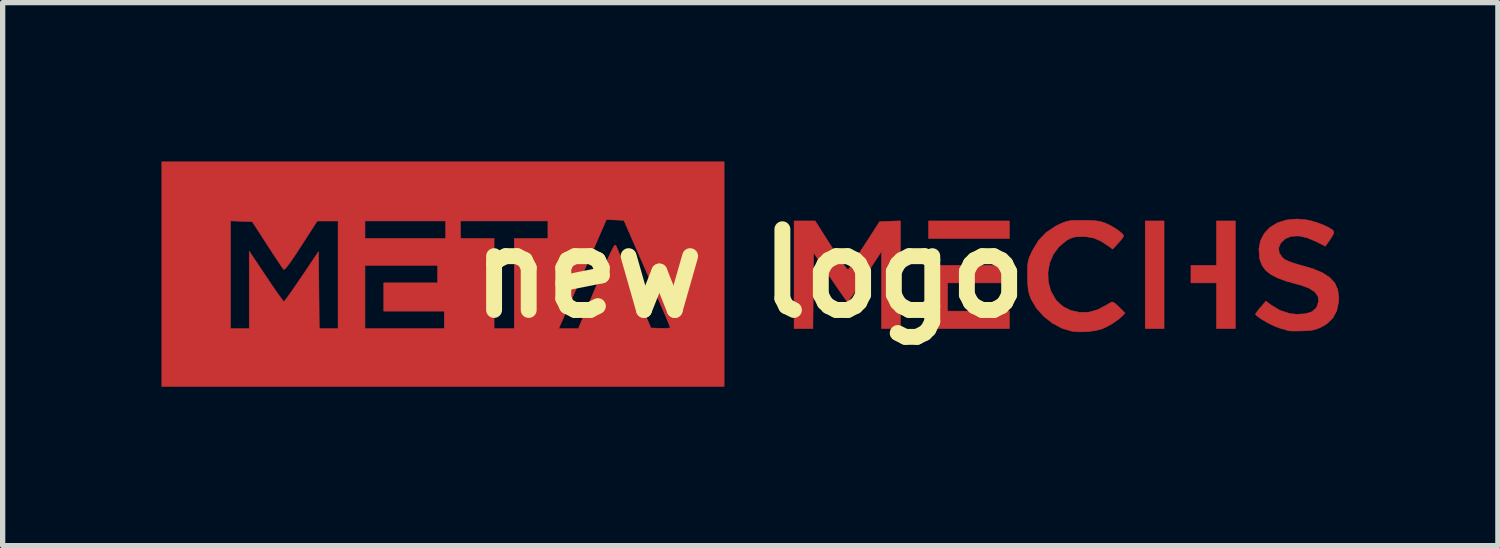
<source format=kicad_pcb>
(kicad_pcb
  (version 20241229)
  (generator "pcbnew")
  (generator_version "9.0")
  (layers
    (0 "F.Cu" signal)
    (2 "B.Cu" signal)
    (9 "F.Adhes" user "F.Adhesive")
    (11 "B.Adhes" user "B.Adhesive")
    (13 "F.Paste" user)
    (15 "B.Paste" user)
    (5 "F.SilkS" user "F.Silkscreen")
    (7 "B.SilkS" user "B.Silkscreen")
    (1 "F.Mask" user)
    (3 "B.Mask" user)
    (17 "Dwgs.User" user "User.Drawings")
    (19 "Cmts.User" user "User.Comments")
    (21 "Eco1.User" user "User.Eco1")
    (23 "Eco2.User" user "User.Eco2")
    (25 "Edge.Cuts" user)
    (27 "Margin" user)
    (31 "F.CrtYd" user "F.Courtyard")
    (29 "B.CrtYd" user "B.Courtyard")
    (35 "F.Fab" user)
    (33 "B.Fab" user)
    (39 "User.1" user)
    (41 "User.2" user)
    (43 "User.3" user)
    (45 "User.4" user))
  (footprint "new logo"
    (layer "F.Cu")
    (at 11.105 2.113)
    (property "Reference" "new logo" (at 0 0 0) (layer "F.SilkS") (effects (font (size 1.524 1.524) (thickness 0.3))))
    (attr through_hole)
    (fp_poly (pts (xy 4.902 -0.66) (xy 3.378 -0.66) (xy 3.378 -0.991) (xy 4.902 -0.991) (xy 4.902 -0.66)) (stroke (width 0.01) (type solid)) (fill yes) (layer "F.Cu"))
    (fp_poly (pts (xy 7.823 1.041) (xy 7.468 1.041) (xy 7.468 -0.991) (xy 7.823 -0.991) (xy 7.823 1.041)) (stroke (width 0.01) (type solid)) (fill yes) (layer "F.Cu"))
    (fp_poly (pts (xy 4.75 0.178) (xy 3.734 0.178) (xy 3.734 0.711) (xy 4.902 0.711) (xy 4.902 1.041) (xy 3.378 1.041) (xy 3.378 -0.152) (xy 4.75 -0.152) (xy 4.75 0.178)) (stroke (width 0.01) (type solid)) (fill yes) (layer "F.Cu"))
    (fp_poly (pts (xy 9.169 1.041) (xy 8.814 1.041) (xy 8.814 0.178) (xy 8.331 0.178) (xy 8.331 -0.152) (xy 8.814 -0.152) (xy 8.814 -0.991) (xy 9.169 -0.991) (xy 9.169 1.041)) (stroke (width 0.01) (type solid)) (fill yes) (layer "F.Cu"))
    (fp_poly (pts (xy 2.845 1.041) (xy 2.489 1.041) (xy 2.489 0.311) (xy 2.489 -0.419) (xy 2.178 0.057) (xy 2.087 0.194) (xy 2.005 0.316) (xy 1.936 0.417) (xy 1.885 0.489) (xy 1.854 0.528) (xy 1.848 0.533) (xy 1.829 0.513) (xy 1.786 0.457) (xy 1.724 0.37) (xy 1.647 0.259) (xy 1.559 0.13) (xy 1.518 0.07) (xy 1.206 -0.394) (xy 1.193 1.041) (xy 0.838 1.041) (xy 0.838 -0.991) (xy 1.236 -0.991) (xy 1.536 -0.519) (xy 1.63 -0.374) (xy 1.712 -0.252) (xy 1.78 -0.157) (xy 1.829 -0.095) (xy 1.855 -0.07) (xy 1.859 -0.07) (xy 1.879 -0.098) (xy 1.922 -0.161) (xy 1.983 -0.254) (xy 2.059 -0.369) (xy 2.144 -0.5) (xy 2.167 -0.535) (xy 2.453 -0.978) (xy 2.649 -0.985) (xy 2.845 -0.993) (xy 2.845 1.041)) (stroke (width 0.01) (type solid)) (fill yes) (layer "F.Cu"))
    (fp_poly (pts (xy 6.299 -1.002) (xy 6.438 -1) (xy 6.541 -0.993) (xy 6.62 -0.98) (xy 6.692 -0.958) (xy 6.729 -0.943) (xy 6.819 -0.9) (xy 6.908 -0.847) (xy 6.986 -0.792) (xy 7.041 -0.743) (xy 7.061 -0.708) (xy 7.045 -0.678) (xy 7.004 -0.625) (xy 6.957 -0.572) (xy 6.853 -0.459) (xy 6.773 -0.518) (xy 6.63 -0.612) (xy 6.496 -0.669) (xy 6.354 -0.694) (xy 6.283 -0.696) (xy 6.179 -0.694) (xy 6.103 -0.681) (xy 6.036 -0.654) (xy 5.98 -0.622) (xy 5.839 -0.506) (xy 5.732 -0.361) (xy 5.662 -0.196) (xy 5.631 -0.019) (xy 5.638 0.161) (xy 5.686 0.335) (xy 5.777 0.494) (xy 5.796 0.518) (xy 5.916 0.626) (xy 6.064 0.699) (xy 6.229 0.735) (xy 6.398 0.732) (xy 6.562 0.687) (xy 6.607 0.666) (xy 6.691 0.621) (xy 6.765 0.58) (xy 6.8 0.559) (xy 6.834 0.541) (xy 6.864 0.543) (xy 6.904 0.571) (xy 6.966 0.629) (xy 6.972 0.634) (xy 7.086 0.747) (xy 7.031 0.806) (xy 6.95 0.876) (xy 6.842 0.949) (xy 6.726 1.013) (xy 6.641 1.05) (xy 6.518 1.08) (xy 6.368 1.099) (xy 6.215 1.103) (xy 6.086 1.091) (xy 5.898 1.036) (xy 5.716 0.939) (xy 5.551 0.809) (xy 5.414 0.656) (xy 5.315 0.488) (xy 5.305 0.464) (xy 5.277 0.386) (xy 5.259 0.308) (xy 5.25 0.215) (xy 5.246 0.092) (xy 5.246 0.037) (xy 5.246 -0.088) (xy 5.25 -0.177) (xy 5.261 -0.246) (xy 5.282 -0.31) (xy 5.315 -0.385) (xy 5.34 -0.436) (xy 5.453 -0.621) (xy 5.592 -0.769) (xy 5.767 -0.887) (xy 5.837 -0.923) (xy 5.914 -0.958) (xy 5.978 -0.981) (xy 6.043 -0.994) (xy 6.124 -1.001) (xy 6.235 -1.002) (xy 6.299 -1.002)) (stroke (width 0.01) (type solid)) (fill yes) (layer "F.Cu"))
    (fp_poly (pts (xy 10.487 -1.016) (xy 10.6 -0.993) (xy 10.722 -0.956) (xy 10.84 -0.911) (xy 10.94 -0.862) (xy 11.008 -0.817) (xy 11.02 -0.805) (xy 11.029 -0.774) (xy 11.012 -0.726) (xy 10.964 -0.651) (xy 10.958 -0.642) (xy 10.868 -0.514) (xy 10.691 -0.605) (xy 10.519 -0.677) (xy 10.361 -0.709) (xy 10.222 -0.702) (xy 10.11 -0.655) (xy 10.025 -0.575) (xy 9.987 -0.484) (xy 9.996 -0.392) (xy 10.052 -0.306) (xy 10.102 -0.264) (xy 10.164 -0.233) (xy 10.259 -0.198) (xy 10.37 -0.164) (xy 10.412 -0.153) (xy 10.639 -0.086) (xy 10.819 -0.01) (xy 10.954 0.079) (xy 11.048 0.184) (xy 11.103 0.308) (xy 11.122 0.452) (xy 11.118 0.539) (xy 11.082 0.708) (xy 11.007 0.845) (xy 10.891 0.954) (xy 10.811 1.002) (xy 10.729 1.04) (xy 10.654 1.064) (xy 10.569 1.077) (xy 10.454 1.083) (xy 10.431 1.084) (xy 10.325 1.086) (xy 10.239 1.086) (xy 10.184 1.083) (xy 10.173 1.081) (xy 10.136 1.069) (xy 10.067 1.048) (xy 10.006 1.031) (xy 9.932 1.004) (xy 9.842 0.963) (xy 9.748 0.913) (xy 9.661 0.861) (xy 9.593 0.814) (xy 9.555 0.779) (xy 9.55 0.769) (xy 9.566 0.741) (xy 9.606 0.687) (xy 9.649 0.636) (xy 9.747 0.522) (xy 9.839 0.593) (xy 10.015 0.699) (xy 10.199 0.758) (xy 10.335 0.771) (xy 10.495 0.761) (xy 10.613 0.724) (xy 10.691 0.659) (xy 10.707 0.633) (xy 10.742 0.524) (xy 10.728 0.428) (xy 10.665 0.344) (xy 10.553 0.274) (xy 10.392 0.217) (xy 10.358 0.208) (xy 10.141 0.148) (xy 9.97 0.086) (xy 9.839 0.019) (xy 9.743 -0.058) (xy 9.677 -0.146) (xy 9.636 -0.251) (xy 9.628 -0.286) (xy 9.614 -0.461) (xy 9.644 -0.619) (xy 9.716 -0.757) (xy 9.823 -0.87) (xy 9.963 -0.955) (xy 10.132 -1.009) (xy 10.324 -1.028) (xy 10.487 -1.016)) (stroke (width 0.01) (type solid)) (fill yes) (layer "F.Cu"))
    (fp_poly (pts (xy -0.483 2.134) (xy -11.1 2.134) (xy -11.1 1.041) (xy -9.804 1.041) (xy -9.449 1.041) (xy -9.449 -0.419) (xy -9.131 0.057) (xy -9.039 0.194) (xy -8.956 0.316) (xy -8.885 0.416) (xy -8.832 0.488) (xy -8.801 0.527) (xy -8.795 0.532) (xy -8.776 0.512) (xy -8.733 0.455) (xy -8.67 0.368) (xy -8.593 0.257) (xy -8.504 0.127) (xy -8.458 0.06) (xy -8.141 -0.412) (xy -8.134 0.315) (xy -8.127 1.041) (xy -7.772 1.041) (xy -7.772 -0.152) (xy -7.264 -0.152) (xy -7.264 1.041) (xy -5.766 1.041) (xy -5.766 0.711) (xy -6.909 0.711) (xy -6.909 0.178) (xy -5.893 0.178) (xy -5.893 -0.152) (xy -7.264 -0.152) (xy -7.772 -0.152) (xy -7.772 -0.991) (xy -7.264 -0.991) (xy -7.264 -0.66) (xy -5.74 -0.66) (xy -5.74 -0.991) (xy -5.461 -0.991) (xy -5.461 -0.66) (xy -4.826 -0.66) (xy -4.826 1.041) (xy -4.445 1.041) (xy -3.606 1.041) (xy -3.235 1.041) (xy -2.894 0.23) (xy -2.801 0.011) (xy -2.726 -0.165) (xy -2.667 -0.301) (xy -2.621 -0.402) (xy -2.586 -0.472) (xy -2.561 -0.515) (xy -2.543 -0.534) (xy -2.532 -0.534) (xy -2.527 -0.528) (xy -2.511 -0.492) (xy -2.478 -0.415) (xy -2.431 -0.303) (xy -2.371 -0.163) (xy -2.302 -0.001) (xy -2.226 0.178) (xy -2.184 0.278) (xy -1.866 1.029) (xy -1.683 1.036) (xy -1.593 1.037) (xy -1.528 1.032) (xy -1.499 1.023) (xy -1.499 1.022) (xy -1.508 0.995) (xy -1.537 0.926) (xy -1.581 0.82) (xy -1.64 0.683) (xy -1.711 0.519) (xy -1.792 0.332) (xy -1.88 0.129) (xy -1.937 -0.002) (xy -2.376 -1.003) (xy -2.541 -1.011) (xy -2.705 -1.018) (xy -3.091 -0.134) (xy -3.181 0.071) (xy -3.266 0.267) (xy -3.345 0.448) (xy -3.415 0.607) (xy -3.473 0.739) (xy -3.516 0.837) (xy -3.541 0.894) (xy -3.542 0.895) (xy -3.606 1.041) (xy -4.445 1.041) (xy -4.445 -0.66) (xy -3.81 -0.66) (xy -3.81 -0.991) (xy -5.461 -0.991) (xy -5.74 -0.991) (xy -7.264 -0.991) (xy -7.772 -0.991) (xy -8.166 -0.99) (xy -8.469 -0.52) (xy -8.579 -0.351) (xy -8.666 -0.224) (xy -8.73 -0.137) (xy -8.773 -0.088) (xy -8.796 -0.075) (xy -8.799 -0.077) (xy -8.82 -0.105) (xy -8.865 -0.17) (xy -8.927 -0.263) (xy -9.004 -0.379) (xy -9.089 -0.51) (xy -9.109 -0.541) (xy -9.392 -0.978) (xy -9.598 -0.985) (xy -9.804 -0.993) (xy -9.804 1.041) (xy -11.1 1.041) (xy -11.1 -2.108) (xy -0.483 -2.108) (xy -0.483 2.134)) (stroke (width 0.01) (type solid)) (fill yes) (layer "F.Cu"))
    (fp_poly (pts (xy 4.902 -0.66) (xy 3.378 -0.66) (xy 3.378 -0.991) (xy 4.902 -0.991) (xy 4.902 -0.66)) (stroke (width 0.01) (type solid)) (fill yes) (layer "F.Mask"))
    (fp_poly (pts (xy 7.823 1.041) (xy 7.468 1.041) (xy 7.468 -0.991) (xy 7.823 -0.991) (xy 7.823 1.041)) (stroke (width 0.01) (type solid)) (fill yes) (layer "F.Mask"))
    (fp_poly (pts (xy 4.75 0.178) (xy 3.734 0.178) (xy 3.734 0.711) (xy 4.902 0.711) (xy 4.902 1.041) (xy 3.378 1.041) (xy 3.378 -0.152) (xy 4.75 -0.152) (xy 4.75 0.178)) (stroke (width 0.01) (type solid)) (fill yes) (layer "F.Mask"))
    (fp_poly (pts (xy 9.169 1.041) (xy 8.814 1.041) (xy 8.814 0.178) (xy 8.331 0.178) (xy 8.331 -0.152) (xy 8.814 -0.152) (xy 8.814 -0.991) (xy 9.169 -0.991) (xy 9.169 1.041)) (stroke (width 0.01) (type solid)) (fill yes) (layer "F.Mask"))
    (fp_poly (pts (xy 2.845 1.041) (xy 2.489 1.041) (xy 2.489 0.311) (xy 2.489 -0.419) (xy 2.178 0.057) (xy 2.087 0.194) (xy 2.005 0.316) (xy 1.936 0.417) (xy 1.885 0.489) (xy 1.854 0.528) (xy 1.848 0.533) (xy 1.829 0.513) (xy 1.786 0.457) (xy 1.724 0.37) (xy 1.647 0.259) (xy 1.559 0.13) (xy 1.518 0.07) (xy 1.206 -0.394) (xy 1.193 1.041) (xy 0.838 1.041) (xy 0.838 -0.991) (xy 1.236 -0.991) (xy 1.536 -0.519) (xy 1.63 -0.374) (xy 1.712 -0.252) (xy 1.78 -0.157) (xy 1.829 -0.095) (xy 1.855 -0.07) (xy 1.859 -0.07) (xy 1.879 -0.098) (xy 1.922 -0.161) (xy 1.983 -0.254) (xy 2.059 -0.369) (xy 2.144 -0.5) (xy 2.167 -0.535) (xy 2.453 -0.978) (xy 2.649 -0.985) (xy 2.845 -0.993) (xy 2.845 1.041)) (stroke (width 0.01) (type solid)) (fill yes) (layer "F.Mask"))
    (fp_poly (pts (xy 6.299 -1.002) (xy 6.438 -1) (xy 6.541 -0.993) (xy 6.62 -0.98) (xy 6.692 -0.958) (xy 6.729 -0.943) (xy 6.819 -0.9) (xy 6.908 -0.847) (xy 6.986 -0.792) (xy 7.041 -0.743) (xy 7.061 -0.708) (xy 7.045 -0.678) (xy 7.004 -0.625) (xy 6.957 -0.572) (xy 6.853 -0.459) (xy 6.773 -0.518) (xy 6.63 -0.612) (xy 6.496 -0.669) (xy 6.354 -0.694) (xy 6.283 -0.696) (xy 6.179 -0.694) (xy 6.103 -0.681) (xy 6.036 -0.654) (xy 5.98 -0.622) (xy 5.839 -0.506) (xy 5.732 -0.361) (xy 5.662 -0.196) (xy 5.631 -0.019) (xy 5.638 0.161) (xy 5.686 0.335) (xy 5.777 0.494) (xy 5.796 0.518) (xy 5.916 0.626) (xy 6.064 0.699) (xy 6.229 0.735) (xy 6.398 0.732) (xy 6.562 0.687) (xy 6.607 0.666) (xy 6.691 0.621) (xy 6.765 0.58) (xy 6.8 0.559) (xy 6.834 0.541) (xy 6.864 0.543) (xy 6.904 0.571) (xy 6.966 0.629) (xy 6.972 0.634) (xy 7.086 0.747) (xy 7.031 0.806) (xy 6.95 0.876) (xy 6.842 0.949) (xy 6.726 1.013) (xy 6.641 1.05) (xy 6.518 1.08) (xy 6.368 1.099) (xy 6.215 1.103) (xy 6.086 1.091) (xy 5.898 1.036) (xy 5.716 0.939) (xy 5.551 0.809) (xy 5.414 0.656) (xy 5.315 0.488) (xy 5.305 0.464) (xy 5.277 0.386) (xy 5.259 0.308) (xy 5.25 0.215) (xy 5.246 0.092) (xy 5.246 0.037) (xy 5.246 -0.088) (xy 5.25 -0.177) (xy 5.261 -0.246) (xy 5.282 -0.31) (xy 5.315 -0.385) (xy 5.34 -0.436) (xy 5.453 -0.621) (xy 5.592 -0.769) (xy 5.767 -0.887) (xy 5.837 -0.923) (xy 5.914 -0.958) (xy 5.978 -0.981) (xy 6.043 -0.994) (xy 6.124 -1.001) (xy 6.235 -1.002) (xy 6.299 -1.002)) (stroke (width 0.01) (type solid)) (fill yes) (layer "F.Mask"))
    (fp_poly (pts (xy 10.487 -1.016) (xy 10.6 -0.993) (xy 10.722 -0.956) (xy 10.84 -0.911) (xy 10.94 -0.862) (xy 11.008 -0.817) (xy 11.02 -0.805) (xy 11.029 -0.774) (xy 11.012 -0.726) (xy 10.964 -0.651) (xy 10.958 -0.642) (xy 10.868 -0.514) (xy 10.691 -0.605) (xy 10.519 -0.677) (xy 10.361 -0.709) (xy 10.222 -0.702) (xy 10.11 -0.655) (xy 10.025 -0.575) (xy 9.987 -0.484) (xy 9.996 -0.392) (xy 10.052 -0.306) (xy 10.102 -0.264) (xy 10.164 -0.233) (xy 10.259 -0.198) (xy 10.37 -0.164) (xy 10.412 -0.153) (xy 10.639 -0.086) (xy 10.819 -0.01) (xy 10.954 0.079) (xy 11.048 0.184) (xy 11.103 0.308) (xy 11.122 0.452) (xy 11.118 0.539) (xy 11.082 0.708) (xy 11.007 0.845) (xy 10.891 0.954) (xy 10.811 1.002) (xy 10.729 1.04) (xy 10.654 1.064) (xy 10.569 1.077) (xy 10.454 1.083) (xy 10.431 1.084) (xy 10.325 1.086) (xy 10.239 1.086) (xy 10.184 1.083) (xy 10.173 1.081) (xy 10.136 1.069) (xy 10.067 1.048) (xy 10.006 1.031) (xy 9.932 1.004) (xy 9.842 0.963) (xy 9.748 0.913) (xy 9.661 0.861) (xy 9.593 0.814) (xy 9.555 0.779) (xy 9.55 0.769) (xy 9.566 0.741) (xy 9.606 0.687) (xy 9.649 0.636) (xy 9.747 0.522) (xy 9.839 0.593) (xy 10.015 0.699) (xy 10.199 0.758) (xy 10.335 0.771) (xy 10.495 0.761) (xy 10.613 0.724) (xy 10.691 0.659) (xy 10.707 0.633) (xy 10.742 0.524) (xy 10.728 0.428) (xy 10.665 0.344) (xy 10.553 0.274) (xy 10.392 0.217) (xy 10.358 0.208) (xy 10.141 0.148) (xy 9.97 0.086) (xy 9.839 0.019) (xy 9.743 -0.058) (xy 9.677 -0.146) (xy 9.636 -0.251) (xy 9.628 -0.286) (xy 9.614 -0.461) (xy 9.644 -0.619) (xy 9.716 -0.757) (xy 9.823 -0.87) (xy 9.963 -0.955) (xy 10.132 -1.009) (xy 10.324 -1.028) (xy 10.487 -1.016)) (stroke (width 0.01) (type solid)) (fill yes) (layer "F.Mask"))
    (fp_poly (pts (xy -0.483 2.134) (xy -11.1 2.134) (xy -11.1 1.041) (xy -9.804 1.041) (xy -9.449 1.041) (xy -9.449 -0.419) (xy -9.131 0.057) (xy -9.039 0.194) (xy -8.956 0.316) (xy -8.885 0.416) (xy -8.832 0.488) (xy -8.801 0.527) (xy -8.795 0.532) (xy -8.776 0.512) (xy -8.733 0.455) (xy -8.67 0.368) (xy -8.593 0.257) (xy -8.504 0.127) (xy -8.458 0.06) (xy -8.141 -0.412) (xy -8.134 0.315) (xy -8.127 1.041) (xy -7.772 1.041) (xy -7.772 -0.152) (xy -7.264 -0.152) (xy -7.264 1.041) (xy -5.766 1.041) (xy -5.766 0.711) (xy -6.909 0.711) (xy -6.909 0.178) (xy -5.893 0.178) (xy -5.893 -0.152) (xy -7.264 -0.152) (xy -7.772 -0.152) (xy -7.772 -0.991) (xy -7.264 -0.991) (xy -7.264 -0.66) (xy -5.74 -0.66) (xy -5.74 -0.991) (xy -5.461 -0.991) (xy -5.461 -0.66) (xy -4.826 -0.66) (xy -4.826 1.041) (xy -4.445 1.041) (xy -3.606 1.041) (xy -3.235 1.041) (xy -2.894 0.23) (xy -2.801 0.011) (xy -2.726 -0.165) (xy -2.667 -0.301) (xy -2.621 -0.402) (xy -2.586 -0.472) (xy -2.561 -0.515) (xy -2.543 -0.534) (xy -2.532 -0.534) (xy -2.527 -0.528) (xy -2.511 -0.492) (xy -2.478 -0.415) (xy -2.431 -0.303) (xy -2.371 -0.163) (xy -2.302 -0.001) (xy -2.226 0.178) (xy -2.184 0.278) (xy -1.866 1.029) (xy -1.683 1.036) (xy -1.593 1.037) (xy -1.528 1.032) (xy -1.499 1.023) (xy -1.499 1.022) (xy -1.508 0.995) (xy -1.537 0.926) (xy -1.581 0.82) (xy -1.64 0.683) (xy -1.711 0.519) (xy -1.792 0.332) (xy -1.88 0.129) (xy -1.937 -0.002) (xy -2.376 -1.003) (xy -2.541 -1.011) (xy -2.705 -1.018) (xy -3.091 -0.134) (xy -3.181 0.071) (xy -3.266 0.267) (xy -3.345 0.448) (xy -3.415 0.607) (xy -3.473 0.739) (xy -3.516 0.837) (xy -3.541 0.894) (xy -3.542 0.895) (xy -3.606 1.041) (xy -4.445 1.041) (xy -4.445 -0.66) (xy -3.81 -0.66) (xy -3.81 -0.991) (xy -5.461 -0.991) (xy -5.74 -0.991) (xy -7.264 -0.991) (xy -7.772 -0.991) (xy -8.166 -0.99) (xy -8.469 -0.52) (xy -8.579 -0.351) (xy -8.666 -0.224) (xy -8.73 -0.137) (xy -8.773 -0.088) (xy -8.796 -0.075) (xy -8.799 -0.077) (xy -8.82 -0.105) (xy -8.865 -0.17) (xy -8.927 -0.263) (xy -9.004 -0.379) (xy -9.089 -0.51) (xy -9.109 -0.541) (xy -9.392 -0.978) (xy -9.598 -0.985) (xy -9.804 -0.993) (xy -9.804 1.041) (xy -11.1 1.041) (xy -11.1 -2.108) (xy -0.483 -2.108) (xy -0.483 2.134)) (stroke (width 0.01) (type solid)) (fill yes) (layer "F.Mask")))
  (gr_rect
    (start -3 -3)
    (end 25.231 7.252)
    (stroke (width 0.1) (type default))
    (fill no)
    (layer "Edge.Cuts")))
</source>
